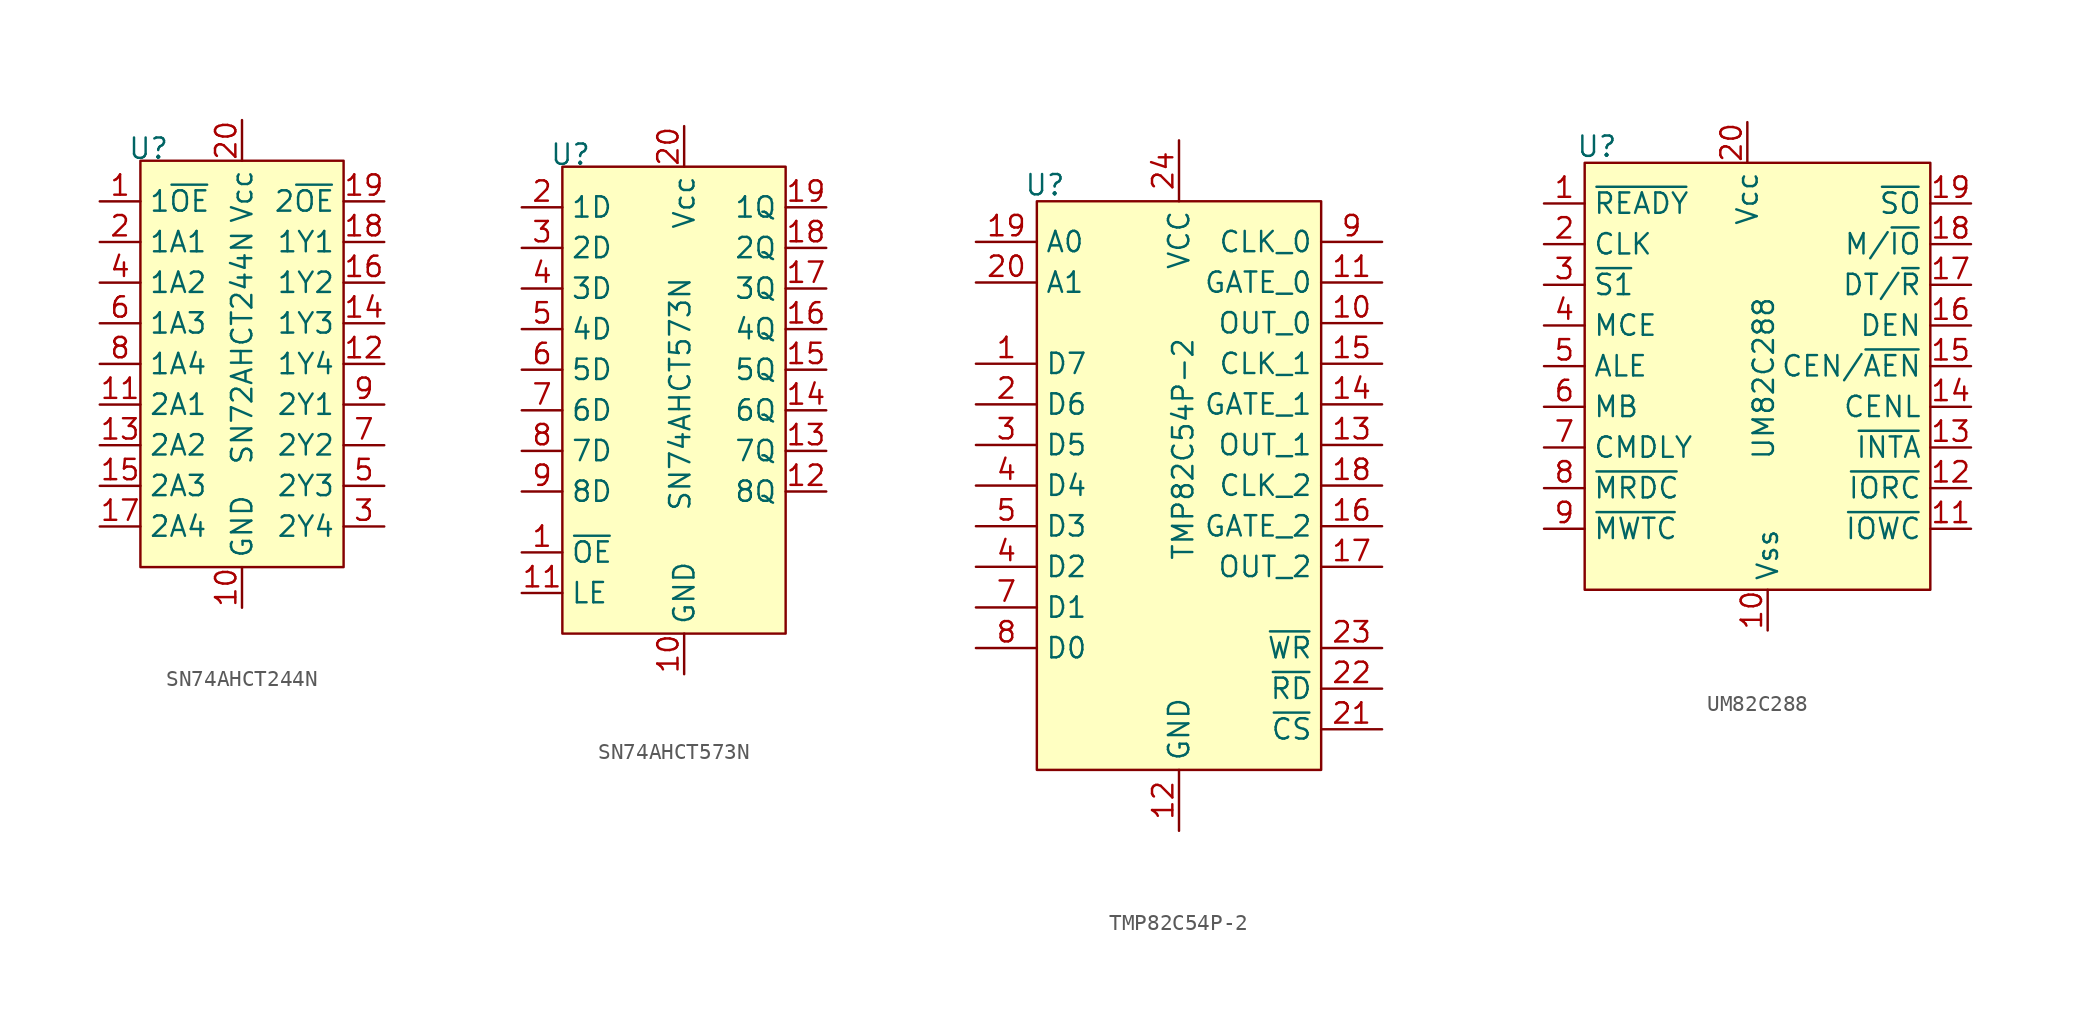
<source format=kicad_sym>
(kicad_symbol_lib
  (version 20231120)
  (generator "kicad_symbol_editor")
  (generator_version "8.0")
  (symbol "SN74AHCT244N"
    (property "Reference" "U"
      (at 0.508 0.762 0)
      (effects (font (size 1.27 1.27))))
    (property "Value" "SN72AHCT244N"
      (at 6.35 -11.684 90)
      (effects (font (size 1.27 1.27))))
    (symbol "SN74AHCT244N_1_1"
      (rectangle (start 0 0) (end 12.7 -25.4) (stroke (width 0) (type default)) (fill (type background)))
      (pin input line (at -2.54 -2.54 0) (length 2.54) (name "1~{OE}" (effects (font (size 1.27 1.27)))) (number "1" (effects (font (size 1.27 1.27)))))
      (pin power_in line (at 6.35 -27.94 90) (length 2.54) (name "GND" (effects (font (size 1.27 1.27)))) (number "10" (effects (font (size 1.27 1.27)))))
      (pin input line (at -2.54 -15.24 0) (length 2.54) (name "2A1" (effects (font (size 1.27 1.27)))) (number "11" (effects (font (size 1.27 1.27)))))
      (pin output line (at 15.24 -12.7 180) (length 2.54) (name "1Y4" (effects (font (size 1.27 1.27)))) (number "12" (effects (font (size 1.27 1.27)))))
      (pin input line (at -2.54 -17.78 0) (length 2.54) (name "2A2" (effects (font (size 1.27 1.27)))) (number "13" (effects (font (size 1.27 1.27)))))
      (pin output line (at 15.24 -10.16 180) (length 2.54) (name "1Y3" (effects (font (size 1.27 1.27)))) (number "14" (effects (font (size 1.27 1.27)))))
      (pin input line (at -2.54 -20.32 0) (length 2.54) (name "2A3" (effects (font (size 1.27 1.27)))) (number "15" (effects (font (size 1.27 1.27)))))
      (pin output line (at 15.24 -7.62 180) (length 2.54) (name "1Y2" (effects (font (size 1.27 1.27)))) (number "16" (effects (font (size 1.27 1.27)))))
      (pin input line (at -2.54 -22.86 0) (length 2.54) (name "2A4" (effects (font (size 1.27 1.27)))) (number "17" (effects (font (size 1.27 1.27)))))
      (pin output line (at 15.24 -5.08 180) (length 2.54) (name "1Y1" (effects (font (size 1.27 1.27)))) (number "18" (effects (font (size 1.27 1.27)))))
      (pin input line (at 15.24 -2.54 180) (length 2.54) (name "2~{OE}" (effects (font (size 1.27 1.27)))) (number "19" (effects (font (size 1.27 1.27)))))
      (pin input line (at -2.54 -5.08 0) (length 2.54) (name "1A1" (effects (font (size 1.27 1.27)))) (number "2" (effects (font (size 1.27 1.27)))))
      (pin power_in line (at 6.35 2.54 270) (length 2.54) (name "Vcc" (effects (font (size 1.27 1.27)))) (number "20" (effects (font (size 1.27 1.27)))))
      (pin output line (at 15.24 -22.86 180) (length 2.54) (name "2Y4" (effects (font (size 1.27 1.27)))) (number "3" (effects (font (size 1.27 1.27)))))
      (pin input line (at -2.54 -7.62 0) (length 2.54) (name "1A2" (effects (font (size 1.27 1.27)))) (number "4" (effects (font (size 1.27 1.27)))))
      (pin output line (at 15.24 -20.32 180) (length 2.54) (name "2Y3" (effects (font (size 1.27 1.27)))) (number "5" (effects (font (size 1.27 1.27)))))
      (pin input line (at -2.54 -10.16 0) (length 2.54) (name "1A3" (effects (font (size 1.27 1.27)))) (number "6" (effects (font (size 1.27 1.27)))))
      (pin output line (at 15.24 -17.78 180) (length 2.54) (name "2Y2" (effects (font (size 1.27 1.27)))) (number "7" (effects (font (size 1.27 1.27)))))
      (pin input line (at -2.54 -12.7 0) (length 2.54) (name "1A4" (effects (font (size 1.27 1.27)))) (number "8" (effects (font (size 1.27 1.27)))))
      (pin output line (at 15.24 -15.24 180) (length 2.54) (name "2Y1" (effects (font (size 1.27 1.27)))) (number "9" (effects (font (size 1.27 1.27)))))))
  (symbol "SN74AHCT573N"
    (property "Reference" "U"
      (at 0.508 0.762 0)
      (effects (font (size 1.27 1.27))))
    (property "Value" "SN74AHCT573N"
      (at 7.366 -14.224 90)
      (effects (font (size 1.27 1.27))))
    (symbol "SN74AHCT573N_1_1"
      (rectangle (start 0 0) (end 13.97 -29.21) (stroke (width 0) (type default)) (fill (type background)))
      (pin input line (at -2.54 -24.13 0) (length 2.54) (name "~{OE}" (effects (font (size 1.27 1.27)))) (number "1" (effects (font (size 1.27 1.27)))))
      (pin power_in line (at 7.62 -31.75 90) (length 2.54) (name "GND" (effects (font (size 1.27 1.27)))) (number "10" (effects (font (size 1.27 1.27)))))
      (pin input line (at -2.54 -26.67 0) (length 2.54) (name "LE" (effects (font (size 1.27 1.27)))) (number "11" (effects (font (size 1.27 1.27)))))
      (pin tri_state line (at 16.51 -20.32 180) (length 2.54) (name "8Q" (effects (font (size 1.27 1.27)))) (number "12" (effects (font (size 1.27 1.27)))))
      (pin tri_state line (at 16.51 -17.78 180) (length 2.54) (name "7Q" (effects (font (size 1.27 1.27)))) (number "13" (effects (font (size 1.27 1.27)))))
      (pin tri_state line (at 16.51 -15.24 180) (length 2.54) (name "6Q" (effects (font (size 1.27 1.27)))) (number "14" (effects (font (size 1.27 1.27)))))
      (pin tri_state line (at 16.51 -12.7 180) (length 2.54) (name "5Q" (effects (font (size 1.27 1.27)))) (number "15" (effects (font (size 1.27 1.27)))))
      (pin tri_state line (at 16.51 -10.16 180) (length 2.54) (name "4Q" (effects (font (size 1.27 1.27)))) (number "16" (effects (font (size 1.27 1.27)))))
      (pin tri_state line (at 16.51 -7.62 180) (length 2.54) (name "3Q" (effects (font (size 1.27 1.27)))) (number "17" (effects (font (size 1.27 1.27)))))
      (pin tri_state line (at 16.51 -5.08 180) (length 2.54) (name "2Q" (effects (font (size 1.27 1.27)))) (number "18" (effects (font (size 1.27 1.27)))))
      (pin tri_state line (at 16.51 -2.54 180) (length 2.54) (name "1Q" (effects (font (size 1.27 1.27)))) (number "19" (effects (font (size 1.27 1.27)))))
      (pin input line (at -2.54 -2.54 0) (length 2.54) (name "1D" (effects (font (size 1.27 1.27)))) (number "2" (effects (font (size 1.27 1.27)))))
      (pin power_in line (at 7.62 2.54 270) (length 2.54) (name "Vcc" (effects (font (size 1.27 1.27)))) (number "20" (effects (font (size 1.27 1.27)))))
      (pin input line (at -2.54 -5.08 0) (length 2.54) (name "2D" (effects (font (size 1.27 1.27)))) (number "3" (effects (font (size 1.27 1.27)))))
      (pin input line (at -2.54 -7.62 0) (length 2.54) (name "3D" (effects (font (size 1.27 1.27)))) (number "4" (effects (font (size 1.27 1.27)))))
      (pin input line (at -2.54 -10.16 0) (length 2.54) (name "4D" (effects (font (size 1.27 1.27)))) (number "5" (effects (font (size 1.27 1.27)))))
      (pin input line (at -2.54 -12.7 0) (length 2.54) (name "5D" (effects (font (size 1.27 1.27)))) (number "6" (effects (font (size 1.27 1.27)))))
      (pin input line (at -2.54 -15.24 0) (length 2.54) (name "6D" (effects (font (size 1.27 1.27)))) (number "7" (effects (font (size 1.27 1.27)))))
      (pin input line (at -2.54 -17.78 0) (length 2.54) (name "7D" (effects (font (size 1.27 1.27)))) (number "8" (effects (font (size 1.27 1.27)))))
      (pin input line (at -2.54 -20.32 0) (length 2.54) (name "8D" (effects (font (size 1.27 1.27)))) (number "9" (effects (font (size 1.27 1.27)))))))
  (symbol "TMP82C54P-2"
    (property "Reference" "U"
      (at 0.508 1.016 0)
      (effects (font (size 1.27 1.27))))
    (property "Value" "TMP82C54P-2"
      (at 9.144 -15.494 90)
      (effects (font (size 1.27 1.27))))
    (symbol "TMP82C54P-2_1_1"
      (rectangle (start 0 0) (end 17.78 -35.56) (stroke (width 0) (type default)) (fill (type background)))
      (pin bidirectional line (at -3.81 -10.16 0) (length 3.81) (name "D7" (effects (font (size 1.27 1.27)))) (number "1" (effects (font (size 1.27 1.27)))))
      (pin output line (at 21.59 -7.62 180) (length 3.81) (name "OUT_0" (effects (font (size 1.27 1.27)))) (number "10" (effects (font (size 1.27 1.27)))))
      (pin input line (at 21.59 -5.08 180) (length 3.81) (name "GATE_0" (effects (font (size 1.27 1.27)))) (number "11" (effects (font (size 1.27 1.27)))))
      (pin power_in line (at 8.89 -39.37 90) (length 3.81) (name "GND" (effects (font (size 1.27 1.27)))) (number "12" (effects (font (size 1.27 1.27)))))
      (pin output line (at 21.59 -15.24 180) (length 3.81) (name "OUT_1" (effects (font (size 1.27 1.27)))) (number "13" (effects (font (size 1.27 1.27)))))
      (pin input line (at 21.59 -12.7 180) (length 3.81) (name "GATE_1" (effects (font (size 1.27 1.27)))) (number "14" (effects (font (size 1.27 1.27)))))
      (pin input line (at 21.59 -10.16 180) (length 3.81) (name "CLK_1" (effects (font (size 1.27 1.27)))) (number "15" (effects (font (size 1.27 1.27)))))
      (pin input line (at 21.59 -20.32 180) (length 3.81) (name "GATE_2" (effects (font (size 1.27 1.27)))) (number "16" (effects (font (size 1.27 1.27)))))
      (pin output line (at 21.59 -22.86 180) (length 3.81) (name "OUT_2" (effects (font (size 1.27 1.27)))) (number "17" (effects (font (size 1.27 1.27)))))
      (pin input line (at 21.59 -17.78 180) (length 3.81) (name "CLK_2" (effects (font (size 1.27 1.27)))) (number "18" (effects (font (size 1.27 1.27)))))
      (pin input line (at -3.81 -2.54 0) (length 3.81) (name "A0" (effects (font (size 1.27 1.27)))) (number "19" (effects (font (size 1.27 1.27)))))
      (pin bidirectional line (at -3.81 -12.7 0) (length 3.81) (name "D6" (effects (font (size 1.27 1.27)))) (number "2" (effects (font (size 1.27 1.27)))))
      (pin input line (at -3.81 -5.08 0) (length 3.81) (name "A1" (effects (font (size 1.27 1.27)))) (number "20" (effects (font (size 1.27 1.27)))))
      (pin input line (at 21.59 -33.02 180) (length 3.81) (name "~{CS}" (effects (font (size 1.27 1.27)))) (number "21" (effects (font (size 1.27 1.27)))))
      (pin input line (at 21.59 -30.48 180) (length 3.81) (name "~{RD}" (effects (font (size 1.27 1.27)))) (number "22" (effects (font (size 1.27 1.27)))))
      (pin input line (at 21.59 -27.94 180) (length 3.81) (name "~{WR}" (effects (font (size 1.27 1.27)))) (number "23" (effects (font (size 1.27 1.27)))))
      (pin power_in line (at 8.89 3.81 270) (length 3.81) (name "VCC" (effects (font (size 1.27 1.27)))) (number "24" (effects (font (size 1.27 1.27)))))
      (pin bidirectional line (at -3.81 -15.24 0) (length 3.81) (name "D5" (effects (font (size 1.27 1.27)))) (number "3" (effects (font (size 1.27 1.27)))))
      (pin bidirectional line (at -3.81 -22.86 0) (length 3.81) (name "D2" (effects (font (size 1.27 1.27)))) (number "4" (effects (font (size 1.27 1.27)))))
      (pin bidirectional line (at -3.81 -17.78 0) (length 3.81) (name "D4" (effects (font (size 1.27 1.27)))) (number "4" (effects (font (size 1.27 1.27)))))
      (pin bidirectional line (at -3.81 -20.32 0) (length 3.81) (name "D3" (effects (font (size 1.27 1.27)))) (number "5" (effects (font (size 1.27 1.27)))))
      (pin bidirectional line (at -3.81 -25.4 0) (length 3.81) (name "D1" (effects (font (size 1.27 1.27)))) (number "7" (effects (font (size 1.27 1.27)))))
      (pin bidirectional line (at -3.81 -27.94 0) (length 3.81) (name "D0" (effects (font (size 1.27 1.27)))) (number "8" (effects (font (size 1.27 1.27)))))
      (pin input line (at 21.59 -2.54 180) (length 3.81) (name "CLK_0" (effects (font (size 1.27 1.27)))) (number "9" (effects (font (size 1.27 1.27)))))))
  (symbol "UM82C288"
    (property "Reference" "U"
      (at 0.762 1.016 0)
      (effects (font (size 1.27 1.27))))
    (property "Value" "UM82C288"
      (at 11.176 -13.462 90)
      (effects (font (size 1.27 1.27))))
    (symbol "UM82C288_1_1"
      (rectangle (start 0 0) (end 21.59 -26.67) (stroke (width 0) (type default)) (fill (type background)))
      (pin input line (at -2.54 -2.54 0) (length 2.54) (name "~{READY}" (effects (font (size 1.27 1.27)))) (number "1" (effects (font (size 1.27 1.27)))))
      (pin input line (at 11.43 -29.21 90) (length 2.54) (name "Vss" (effects (font (size 1.27 1.27)))) (number "10" (effects (font (size 1.27 1.27)))))
      (pin input line (at 24.13 -22.86 180) (length 2.54) (name "~{IOWC}" (effects (font (size 1.27 1.27)))) (number "11" (effects (font (size 1.27 1.27)))))
      (pin input line (at 24.13 -20.32 180) (length 2.54) (name "~{IORC}" (effects (font (size 1.27 1.27)))) (number "12" (effects (font (size 1.27 1.27)))))
      (pin input line (at 24.13 -17.78 180) (length 2.54) (name "~{INTA}" (effects (font (size 1.27 1.27)))) (number "13" (effects (font (size 1.27 1.27)))))
      (pin input line (at 24.13 -15.24 180) (length 2.54) (name "CENL" (effects (font (size 1.27 1.27)))) (number "14" (effects (font (size 1.27 1.27)))))
      (pin input line (at 24.13 -12.7 180) (length 2.54) (name "CEN/~{AEN}" (effects (font (size 1.27 1.27)))) (number "15" (effects (font (size 1.27 1.27)))))
      (pin input line (at 24.13 -10.16 180) (length 2.54) (name "DEN" (effects (font (size 1.27 1.27)))) (number "16" (effects (font (size 1.27 1.27)))))
      (pin input line (at 24.13 -7.62 180) (length 2.54) (name "DT/~{R}" (effects (font (size 1.27 1.27)))) (number "17" (effects (font (size 1.27 1.27)))))
      (pin input line (at 24.13 -5.08 180) (length 2.54) (name "M/~{IO}" (effects (font (size 1.27 1.27)))) (number "18" (effects (font (size 1.27 1.27)))))
      (pin input line (at 24.13 -2.54 180) (length 2.54) (name "~{SO}" (effects (font (size 1.27 1.27)))) (number "19" (effects (font (size 1.27 1.27)))))
      (pin input line (at -2.54 -5.08 0) (length 2.54) (name "CLK" (effects (font (size 1.27 1.27)))) (number "2" (effects (font (size 1.27 1.27)))))
      (pin power_in line (at 10.16 2.54 270) (length 2.54) (name "Vcc" (effects (font (size 1.27 1.27)))) (number "20" (effects (font (size 1.27 1.27)))))
      (pin input line (at -2.54 -7.62 0) (length 2.54) (name "~{S1}" (effects (font (size 1.27 1.27)))) (number "3" (effects (font (size 1.27 1.27)))))
      (pin input line (at -2.54 -10.16 0) (length 2.54) (name "MCE" (effects (font (size 1.27 1.27)))) (number "4" (effects (font (size 1.27 1.27)))))
      (pin input line (at -2.54 -12.7 0) (length 2.54) (name "ALE" (effects (font (size 1.27 1.27)))) (number "5" (effects (font (size 1.27 1.27)))))
      (pin input line (at -2.54 -15.24 0) (length 2.54) (name "MB" (effects (font (size 1.27 1.27)))) (number "6" (effects (font (size 1.27 1.27)))))
      (pin input line (at -2.54 -17.78 0) (length 2.54) (name "CMDLY" (effects (font (size 1.27 1.27)))) (number "7" (effects (font (size 1.27 1.27)))))
      (pin input line (at -2.54 -20.32 0) (length 2.54) (name "~{MRDC}" (effects (font (size 1.27 1.27)))) (number "8" (effects (font (size 1.27 1.27)))))
      (pin input line (at -2.54 -22.86 0) (length 2.54) (name "~{MWTC}" (effects (font (size 1.27 1.27)))) (number "9" (effects (font (size 1.27 1.27))))))))
</source>
